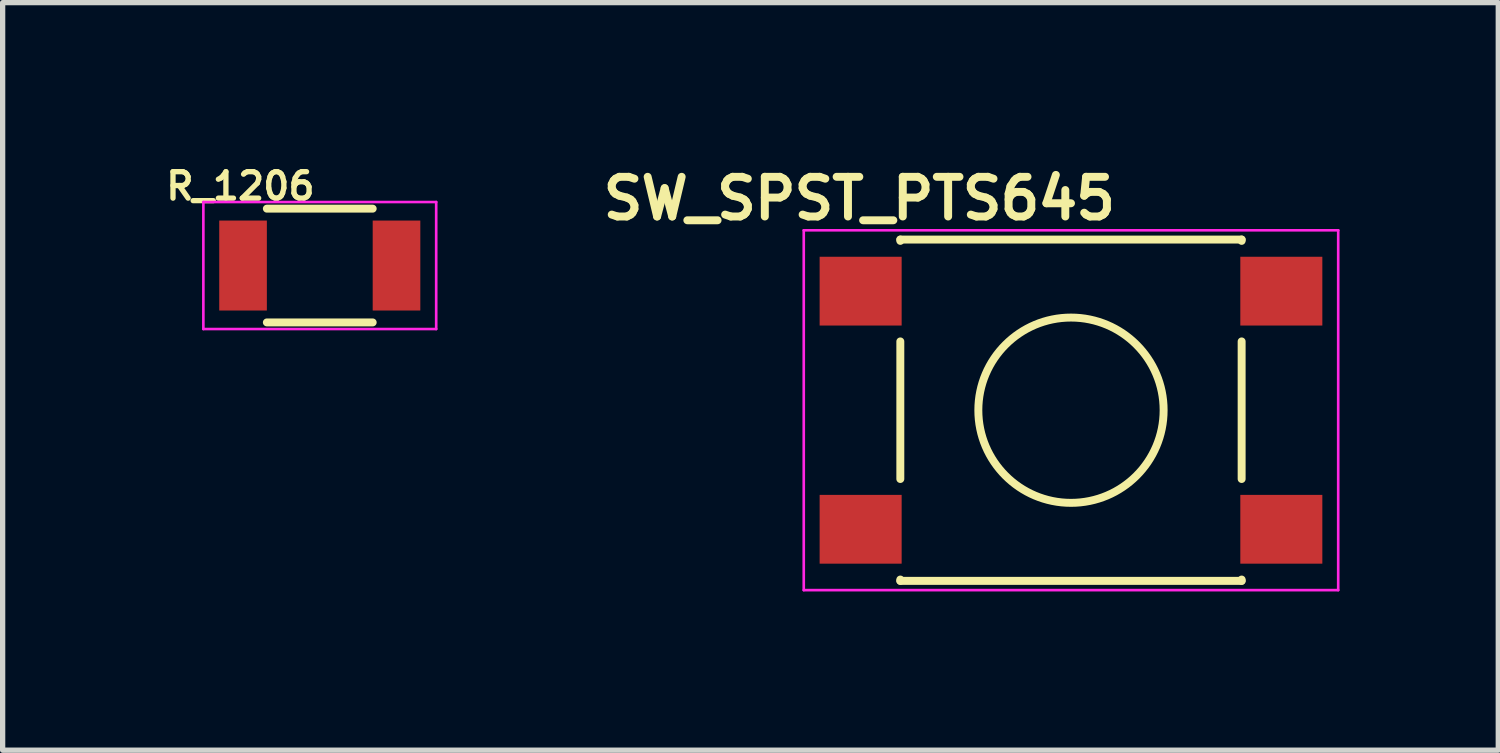
<source format=kicad_pcb>
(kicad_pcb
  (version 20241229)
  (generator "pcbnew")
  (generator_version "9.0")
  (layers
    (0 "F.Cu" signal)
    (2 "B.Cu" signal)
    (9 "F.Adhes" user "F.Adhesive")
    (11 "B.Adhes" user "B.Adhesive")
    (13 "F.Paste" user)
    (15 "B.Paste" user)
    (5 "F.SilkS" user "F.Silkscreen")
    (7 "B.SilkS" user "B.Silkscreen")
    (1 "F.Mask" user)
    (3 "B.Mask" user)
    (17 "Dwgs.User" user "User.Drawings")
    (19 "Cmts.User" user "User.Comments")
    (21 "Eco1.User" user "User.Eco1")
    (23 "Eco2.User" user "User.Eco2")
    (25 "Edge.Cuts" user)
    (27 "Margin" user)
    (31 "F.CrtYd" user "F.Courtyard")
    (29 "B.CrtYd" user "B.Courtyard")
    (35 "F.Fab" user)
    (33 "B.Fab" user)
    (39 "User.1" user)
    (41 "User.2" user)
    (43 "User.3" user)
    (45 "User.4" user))
  (footprint "SW_SPST_PTS645"
    (layer "F.Cu")
    (at 17.189 4.702)
    (property "Reference" "SW_SPST_PTS645" (at -4 -4 0) (layer "F.SilkS") (effects (font (size 0.75 0.75) (thickness 0.15))))
    (attr smd)
    (fp_line (start -3.225 -3.225) (end 3.225 -3.225) (stroke (width 0.15) (type solid)) (layer "F.SilkS"))
    (fp_line (start -3.225 -3.2) (end -3.225 -3.225) (stroke (width 0.15) (type solid)) (layer "F.SilkS"))
    (fp_line (start -3.225 -1.3) (end -3.225 1.3) (stroke (width 0.15) (type solid)) (layer "F.SilkS"))
    (fp_line (start -3.225 3.225) (end -3.225 3.2) (stroke (width 0.15) (type solid)) (layer "F.SilkS"))
    (fp_line (start -3.225 3.225) (end 3.225 3.225) (stroke (width 0.15) (type solid)) (layer "F.SilkS"))
    (fp_line (start 3.225 -3.225) (end 3.225 -3.2) (stroke (width 0.15) (type solid)) (layer "F.SilkS"))
    (fp_line (start 3.225 -1.3) (end 3.225 1.3) (stroke (width 0.15) (type solid)) (layer "F.SilkS"))
    (fp_line (start 3.225 3.225) (end 3.225 3.2) (stroke (width 0.15) (type solid)) (layer "F.SilkS"))
    (fp_circle (center 0 0) (end 1.75 -0.05) (stroke (width 0.15) (type solid)) (fill no) (layer "F.SilkS"))
    (fp_line (start -5.05 -3.4) (end -5.05 3.4) (stroke (width 0.05) (type solid)) (layer "F.CrtYd"))
    (fp_line (start -5.05 -3.4) (end 5.05 -3.4) (stroke (width 0.05) (type solid)) (layer "F.CrtYd"))
    (fp_line (start -5.05 3.4) (end 5.05 3.4) (stroke (width 0.05) (type solid)) (layer "F.CrtYd"))
    (fp_line (start 5.05 3.4) (end 5.05 -3.4) (stroke (width 0.05) (type solid)) (layer "F.CrtYd"))
    (pad "1" smd rect (at -3.975 -2.25) (size 1.55 1.3) (layers "F.Cu" "F.Mask" "F.Paste"))
    (pad "1" smd rect (at 3.975 -2.25) (size 1.55 1.3) (layers "F.Cu" "F.Mask" "F.Paste"))
    (pad "2" smd rect (at -3.975 2.25) (size 1.55 1.3) (layers "F.Cu" "F.Mask" "F.Paste"))
    (pad "2" smd rect (at 3.975 2.25) (size 1.55 1.3) (layers "F.Cu" "F.Mask" "F.Paste")))
  (footprint "R_1206"
    (layer "F.Cu")
    (at 2.993 1.968)
    (property "Reference" "R_1206" (at -1.5 -1.5 0) (layer "F.SilkS") (effects (font (size 0.5 0.5) (thickness 0.1))))
    (attr smd)
    (fp_line (start -1 -1.075) (end 1 -1.075) (stroke (width 0.15) (type solid)) (layer "F.SilkS"))
    (fp_line (start 1 1.075) (end -1 1.075) (stroke (width 0.15) (type solid)) (layer "F.SilkS"))
    (fp_line (start -2.2 -1.2) (end -2.2 1.2) (stroke (width 0.05) (type solid)) (layer "F.CrtYd"))
    (fp_line (start -2.2 -1.2) (end 2.2 -1.2) (stroke (width 0.05) (type solid)) (layer "F.CrtYd"))
    (fp_line (start -2.2 1.2) (end 2.2 1.2) (stroke (width 0.05) (type solid)) (layer "F.CrtYd"))
    (fp_line (start 2.2 -1.2) (end 2.2 1.2) (stroke (width 0.05) (type solid)) (layer "F.CrtYd"))
    (pad "1" smd rect (at -1.45 0) (size 0.9 1.7) (layers "F.Cu" "F.Mask" "F.Paste"))
    (pad "2" smd rect (at 1.45 0) (size 0.9 1.7) (layers "F.Cu" "F.Mask" "F.Paste")))
  (gr_rect
    (start -3 -3)
    (end 25.264 11.127)
    (stroke (width 0.1) (type default))
    (fill no)
    (layer "Edge.Cuts")))
</source>
